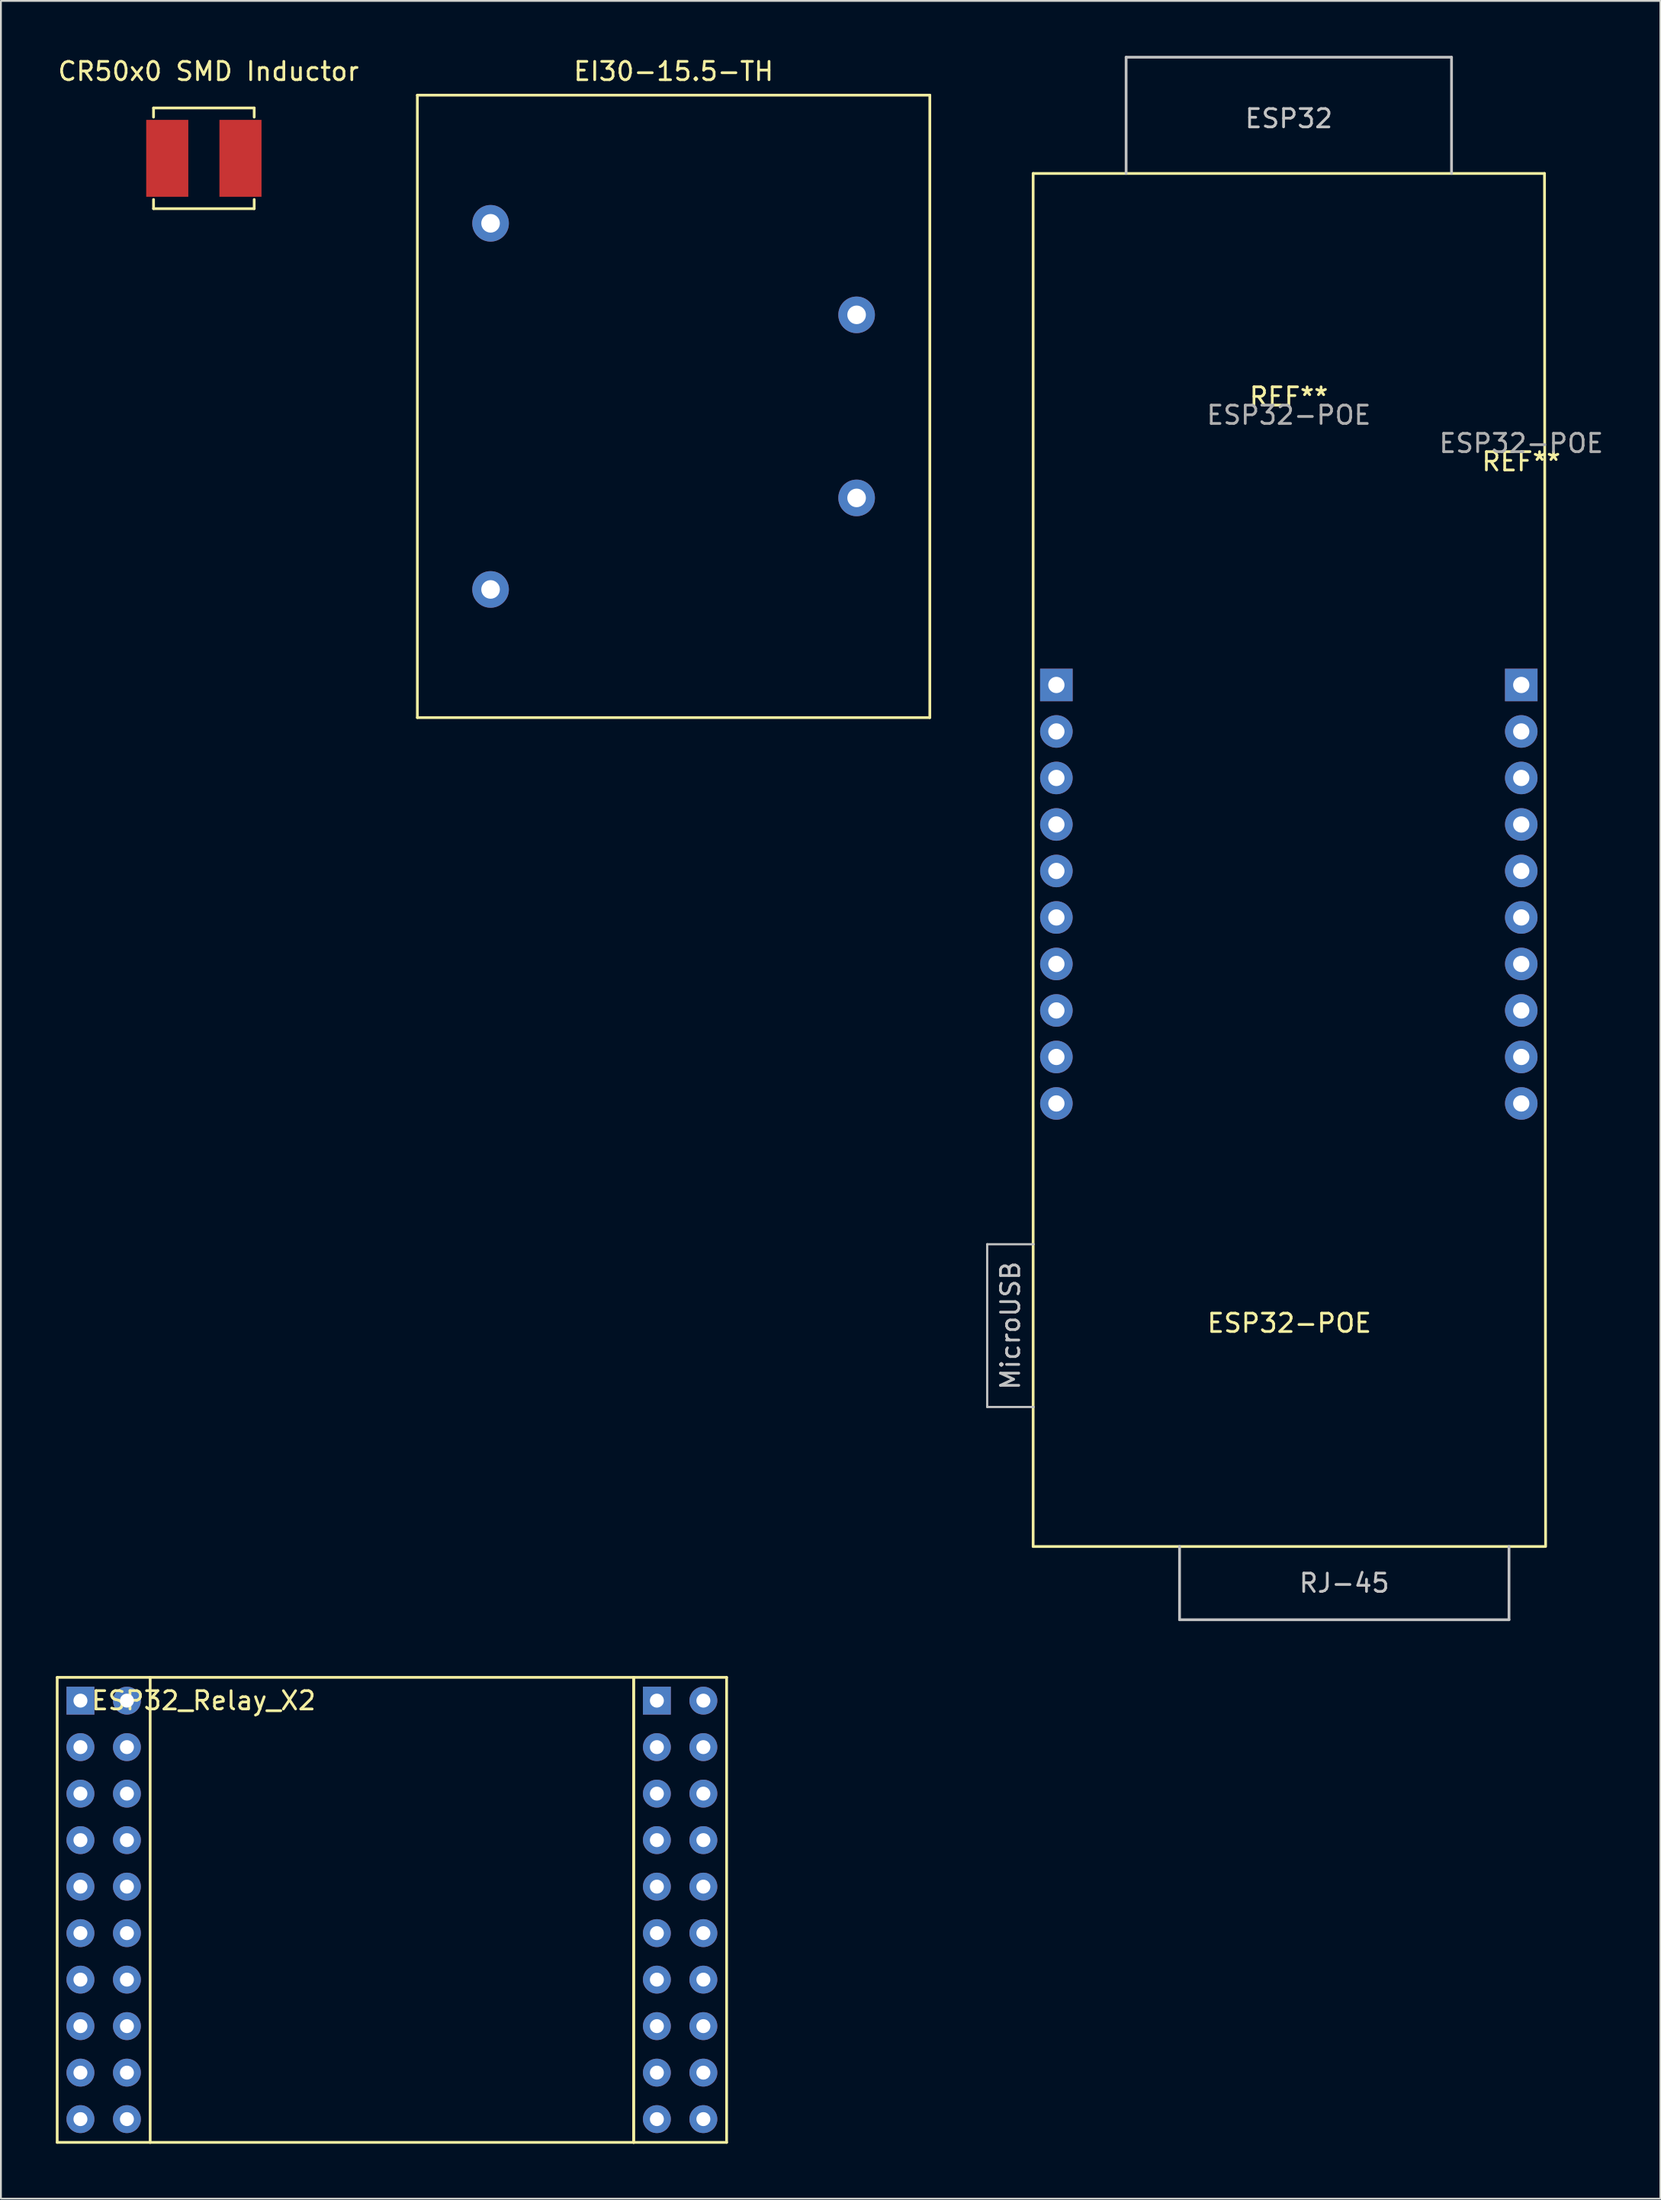
<source format=kicad_pcb>
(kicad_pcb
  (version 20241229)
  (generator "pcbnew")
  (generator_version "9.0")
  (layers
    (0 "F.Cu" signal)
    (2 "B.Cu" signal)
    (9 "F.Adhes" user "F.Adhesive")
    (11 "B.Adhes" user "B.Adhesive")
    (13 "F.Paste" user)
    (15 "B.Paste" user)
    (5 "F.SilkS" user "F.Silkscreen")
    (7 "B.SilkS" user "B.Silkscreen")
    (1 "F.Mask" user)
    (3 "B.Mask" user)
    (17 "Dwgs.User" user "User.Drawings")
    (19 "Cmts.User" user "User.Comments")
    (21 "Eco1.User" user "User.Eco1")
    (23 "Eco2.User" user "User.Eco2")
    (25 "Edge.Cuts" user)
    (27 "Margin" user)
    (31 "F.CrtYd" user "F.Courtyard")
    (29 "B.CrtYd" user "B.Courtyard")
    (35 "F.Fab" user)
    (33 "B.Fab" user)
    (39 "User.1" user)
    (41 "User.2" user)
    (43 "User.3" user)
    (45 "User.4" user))
  (footprint "EI30-15.5-TH"
    (layer "F.Cu")
    (at 33.754 19.148)
    (property "Reference" "EI30-15.5-TH" (at 0 -18.3 0) (layer "F.SilkS") (effects (font (size 1 1) (thickness 0.15))))
    (attr through_hole)
    (fp_line (start -14 -17) (end 14 -17) (stroke (width 0.15) (type solid)) (layer "F.SilkS"))
    (fp_line (start -14 17) (end -14 -17) (stroke (width 0.15) (type solid)) (layer "F.SilkS"))
    (fp_line (start 14 -17) (end 14 17) (stroke (width 0.15) (type solid)) (layer "F.SilkS"))
    (fp_line (start 14 17) (end -14 17) (stroke (width 0.15) (type solid)) (layer "F.SilkS"))
    (pad "1" thru_hole circle (at -10 -10) (size 2 2) (drill 1.016) (layers "*.Cu" "*.Mask"))
    (pad "5" thru_hole circle (at -10 10) (size 2 2) (drill 1.016) (layers "*.Cu" "*.Mask"))
    (pad "7" thru_hole circle (at 10 5) (size 2 2) (drill 1.016) (layers "*.Cu" "*.Mask"))
    (pad "9" thru_hole circle (at 10 -5) (size 2 2) (drill 1.016) (layers "*.Cu" "*.Mask")))
  (footprint "ESP32_Relay_X2"
    (layer "F.Cu")
    (at 35.381 100.005)
    (property "Reference" "ESP32_Relay_X2" (at -27.305 -10.16 0) (unlocked yes) (layer "F.SilkS") (effects (font (size 1 1) (thickness 0.15))))
    (attr through_hole)
    (fp_line (start -35.306 -11.43) (end -35.306 13.97) (stroke (width 0.15) (type default)) (layer "F.SilkS"))
    (fp_line (start -35.306 13.97) (end -30.226 13.97) (stroke (width 0.15) (type default)) (layer "F.SilkS"))
    (fp_line (start -30.226 -11.43) (end -35.306 -11.43) (stroke (width 0.15) (type default)) (layer "F.SilkS"))
    (fp_line (start -30.226 -11.43) (end -3.81 -11.43) (stroke (width 0.15) (type default)) (layer "F.SilkS"))
    (fp_line (start -30.226 13.97) (end -30.226 -11.43) (stroke (width 0.15) (type default)) (layer "F.SilkS"))
    (fp_line (start -3.81 -11.43) (end -3.81 13.97) (stroke (width 0.15) (type default)) (layer "F.SilkS"))
    (fp_line (start -3.81 -11.43) (end -3.81 13.97) (stroke (width 0.15) (type default)) (layer "F.SilkS"))
    (fp_line (start -3.81 13.97) (end -30.226 13.97) (stroke (width 0.15) (type default)) (layer "F.SilkS"))
    (fp_line (start -3.81 13.97) (end 1.27 13.97) (stroke (width 0.15) (type default)) (layer "F.SilkS"))
    (fp_line (start 1.27 -11.43) (end -3.81 -11.43) (stroke (width 0.15) (type default)) (layer "F.SilkS"))
    (fp_line (start 1.27 13.97) (end 1.27 -11.43) (stroke (width 0.15) (type default)) (layer "F.SilkS"))
    (pad "1" thru_hole rect (at -34.036 -10.16) (size 1.524 1.524) (drill 0.762) (layers "*.Cu" "*.Mask"))
    (pad "2" thru_hole circle (at -34.036 -7.62) (size 1.524 1.524) (drill 0.762) (layers "*.Cu" "*.Mask"))
    (pad "3" thru_hole circle (at -34.036 -5.08) (size 1.524 1.524) (drill 0.762) (layers "*.Cu" "*.Mask"))
    (pad "4" thru_hole circle (at -34.036 -2.54) (size 1.524 1.524) (drill 0.762) (layers "*.Cu" "*.Mask"))
    (pad "5" thru_hole circle (at -34.036 0) (size 1.524 1.524) (drill 0.762) (layers "*.Cu" "*.Mask"))
    (pad "6" thru_hole circle (at -34.036 2.54) (size 1.524 1.524) (drill 0.762) (layers "*.Cu" "*.Mask"))
    (pad "7" thru_hole circle (at -34.036 5.08) (size 1.524 1.524) (drill 0.762) (layers "*.Cu" "*.Mask"))
    (pad "8" thru_hole circle (at -34.036 7.62) (size 1.524 1.524) (drill 0.762) (layers "*.Cu" "*.Mask"))
    (pad "9" thru_hole circle (at -34.036 10.16) (size 1.524 1.524) (drill 0.762) (layers "*.Cu" "*.Mask"))
    (pad "10" thru_hole circle (at -34.036 12.7) (size 1.524 1.524) (drill 0.762) (layers "*.Cu" "*.Mask"))
    (pad "11" thru_hole circle (at -31.496 -10.16) (size 1.524 1.524) (drill 0.762) (layers "*.Cu" "*.Mask"))
    (pad "12" thru_hole circle (at -31.496 -7.62) (size 1.524 1.524) (drill 0.762) (layers "*.Cu" "*.Mask"))
    (pad "13" thru_hole circle (at -31.496 -5.08) (size 1.524 1.524) (drill 0.762) (layers "*.Cu" "*.Mask"))
    (pad "14" thru_hole circle (at -31.496 -2.54) (size 1.524 1.524) (drill 0.762) (layers "*.Cu" "*.Mask"))
    (pad "15" thru_hole circle (at -31.496 0) (size 1.524 1.524) (drill 0.762) (layers "*.Cu" "*.Mask"))
    (pad "16" thru_hole circle (at -31.496 2.54) (size 1.524 1.524) (drill 0.762) (layers "*.Cu" "*.Mask"))
    (pad "17" thru_hole circle (at -31.496 5.08) (size 1.524 1.524) (drill 0.762) (layers "*.Cu" "*.Mask"))
    (pad "18" thru_hole circle (at -31.496 7.62) (size 1.524 1.524) (drill 0.762) (layers "*.Cu" "*.Mask"))
    (pad "19" thru_hole circle (at -31.496 10.16) (size 1.524 1.524) (drill 0.762) (layers "*.Cu" "*.Mask"))
    (pad "20" thru_hole circle (at -31.496 12.7) (size 1.524 1.524) (drill 0.762) (layers "*.Cu" "*.Mask"))
    (pad "21" thru_hole rect (at -2.54 -10.16) (size 1.524 1.524) (drill 0.762) (layers "*.Cu" "*.Mask"))
    (pad "22" thru_hole circle (at -2.54 -7.62) (size 1.524 1.524) (drill 0.762) (layers "*.Cu" "*.Mask"))
    (pad "23" thru_hole circle (at -2.54 -5.08) (size 1.524 1.524) (drill 0.762) (layers "*.Cu" "*.Mask"))
    (pad "24" thru_hole circle (at -2.54 -2.54) (size 1.524 1.524) (drill 0.762) (layers "*.Cu" "*.Mask"))
    (pad "25" thru_hole circle (at -2.54 0) (size 1.524 1.524) (drill 0.762) (layers "*.Cu" "*.Mask"))
    (pad "26" thru_hole circle (at -2.54 2.54) (size 1.524 1.524) (drill 0.762) (layers "*.Cu" "*.Mask"))
    (pad "27" thru_hole circle (at -2.54 5.08) (size 1.524 1.524) (drill 0.762) (layers "*.Cu" "*.Mask"))
    (pad "28" thru_hole circle (at -2.54 7.62) (size 1.524 1.524) (drill 0.762) (layers "*.Cu" "*.Mask"))
    (pad "29" thru_hole circle (at -2.54 10.16) (size 1.524 1.524) (drill 0.762) (layers "*.Cu" "*.Mask"))
    (pad "30" thru_hole circle (at -2.54 12.7) (size 1.524 1.524) (drill 0.762) (layers "*.Cu" "*.Mask"))
    (pad "31" thru_hole circle (at 0 -10.16) (size 1.524 1.524) (drill 0.762) (layers "*.Cu" "*.Mask"))
    (pad "32" thru_hole circle (at 0 -7.62) (size 1.524 1.524) (drill 0.762) (layers "*.Cu" "*.Mask"))
    (pad "33" thru_hole circle (at 0 -5.08) (size 1.524 1.524) (drill 0.762) (layers "*.Cu" "*.Mask"))
    (pad "34" thru_hole circle (at 0 -2.54) (size 1.524 1.524) (drill 0.762) (layers "*.Cu" "*.Mask"))
    (pad "35" thru_hole circle (at 0 0) (size 1.524 1.524) (drill 0.762) (layers "*.Cu" "*.Mask"))
    (pad "36" thru_hole circle (at 0 2.54) (size 1.524 1.524) (drill 0.762) (layers "*.Cu" "*.Mask"))
    (pad "37" thru_hole circle (at 0 5.08) (size 1.524 1.524) (drill 0.762) (layers "*.Cu" "*.Mask"))
    (pad "38" thru_hole circle (at 0 7.62) (size 1.524 1.524) (drill 0.762) (layers "*.Cu" "*.Mask"))
    (pad "39" thru_hole circle (at 0 10.16) (size 1.524 1.524) (drill 0.762) (layers "*.Cu" "*.Mask"))
    (pad "40" thru_hole circle (at 0 12.7) (size 1.524 1.524) (drill 0.762) (layers "*.Cu" "*.Mask")))
  (footprint "ESP32-POE"
    (layer "F.Cu")
    (at 67.399 81.425)
    (property "Reference" "ESP32-POE" (at 0 -12.2 0) (layer "F.SilkS") (effects (font (size 1 1) (thickness 0.15))))
    (attr through_hole)
    (fp_line (start -14 -75) (end -14 0) (stroke (width 0.15) (type solid)) (layer "F.SilkS"))
    (fp_line (start -14 0) (end 13.94 0) (stroke (width 0.15) (type solid)) (layer "F.SilkS"))
    (fp_line (start 13.94 -75) (end -14 -75) (stroke (width 0.15) (type solid)) (layer "F.SilkS"))
    (fp_line (start 14 0) (end 13.94 -75) (stroke (width 0.15) (type solid)) (layer "F.SilkS"))
    (fp_line (start -16.51 -16.51) (end -13.97 -16.51) (stroke (width 0.12) (type solid)) (layer "Dwgs.User"))
    (fp_line (start -16.51 -7.62) (end -16.51 -16.51) (stroke (width 0.12) (type solid)) (layer "Dwgs.User"))
    (fp_line (start -13.97 -7.62) (end -16.51 -7.62) (stroke (width 0.12) (type solid)) (layer "Dwgs.User"))
    (fp_line (start -8.92 -81.35) (end 8.86 -81.35) (stroke (width 0.15) (type solid)) (layer "Dwgs.User"))
    (fp_line (start -8.92 -75) (end -8.92 -81.35) (stroke (width 0.15) (type solid)) (layer "Dwgs.User"))
    (fp_line (start -6 0) (end -6 4) (stroke (width 0.15) (type solid)) (layer "Dwgs.User"))
    (fp_line (start -6 4) (end 12 4) (stroke (width 0.15) (type solid)) (layer "Dwgs.User"))
    (fp_line (start 8.86 -81.35) (end 8.86 -75) (stroke (width 0.15) (type solid)) (layer "Dwgs.User"))
    (fp_line (start 12 4) (end 12 0) (stroke (width 0.15) (type solid)) (layer "Dwgs.User"))
    (fp_text user "REF**" (at 12.67 -59.26 0) (layer "F.SilkS") (effects (font (size 1 1) (thickness 0.15))))
    (fp_text user "REF**" (at -0.03 -62.8 180) (layer "F.SilkS") (effects (font (size 1 1) (thickness 0.15))))
    (fp_text user "RJ-45" (at 3 2 0) (layer "Dwgs.User") (effects (font (size 1 1) (thickness 0.15))))
    (fp_text user "ESP32" (at -0.03 -78 0) (layer "Dwgs.User") (effects (font (size 1 1) (thickness 0.15))))
    (fp_text user "MicroUSB" (at -15.24 -12.065 90) (layer "Dwgs.User") (effects (font (size 1 1) (thickness 0.15))))
    (fp_text user "ESP32-POE" (at -0.03 -61.8 180) (layer "F.Fab") (effects (font (size 1 1) (thickness 0.15))))
    (fp_text user "ESP32-POE" (at 12.67 -60.26 0) (layer "F.Fab") (effects (font (size 1 1) (thickness 0.15))))
    (pad "1" thru_hole rect (at -12.73 -47.06 180) (size 1.778 1.778) (drill 0.889) (layers "*.Cu" "*.Mask"))
    (pad "2" thru_hole circle (at -12.73 -44.52 180) (size 1.778 1.778) (drill 0.889) (layers "*.Cu" "*.Mask"))
    (pad "3" thru_hole circle (at -12.73 -41.98 180) (size 1.778 1.778) (drill 0.889) (layers "*.Cu" "*.Mask"))
    (pad "4" thru_hole circle (at -12.73 -39.44 180) (size 1.778 1.778) (drill 0.889) (layers "*.Cu" "*.Mask"))
    (pad "5" thru_hole circle (at -12.73 -36.9 180) (size 1.778 1.778) (drill 0.889) (layers "*.Cu" "*.Mask"))
    (pad "6" thru_hole circle (at -12.73 -34.36 180) (size 1.778 1.778) (drill 0.889) (layers "*.Cu" "*.Mask"))
    (pad "7" thru_hole circle (at -12.73 -31.82 180) (size 1.778 1.778) (drill 0.889) (layers "*.Cu" "*.Mask"))
    (pad "8" thru_hole circle (at -12.73 -29.28 180) (size 1.778 1.778) (drill 0.889) (layers "*.Cu" "*.Mask"))
    (pad "9" thru_hole circle (at -12.73 -26.74 180) (size 1.778 1.778) (drill 0.889) (layers "*.Cu" "*.Mask"))
    (pad "10" thru_hole circle (at -12.73 -24.2 180) (size 1.778 1.778) (drill 0.889) (layers "*.Cu" "*.Mask"))
    (pad "11" thru_hole rect (at 12.67 -47.06 180) (size 1.778 1.778) (drill 0.889) (layers "*.Cu" "*.Mask"))
    (pad "12" thru_hole circle (at 12.67 -44.52 180) (size 1.778 1.778) (drill 0.889) (layers "*.Cu" "*.Mask"))
    (pad "13" thru_hole circle (at 12.67 -41.98 180) (size 1.778 1.778) (drill 0.889) (layers "*.Cu" "*.Mask"))
    (pad "14" thru_hole circle (at 12.67 -39.44 180) (size 1.778 1.778) (drill 0.889) (layers "*.Cu" "*.Mask"))
    (pad "15" thru_hole circle (at 12.67 -36.9 180) (size 1.778 1.778) (drill 0.889) (layers "*.Cu" "*.Mask"))
    (pad "16" thru_hole circle (at 12.67 -34.36 180) (size 1.778 1.778) (drill 0.889) (layers "*.Cu" "*.Mask"))
    (pad "17" thru_hole circle (at 12.67 -31.82 180) (size 1.778 1.778) (drill 0.889) (layers "*.Cu" "*.Mask"))
    (pad "18" thru_hole circle (at 12.67 -29.28 180) (size 1.778 1.778) (drill 0.889) (layers "*.Cu" "*.Mask"))
    (pad "19" thru_hole circle (at 12.67 -26.74 180) (size 1.778 1.778) (drill 0.889) (layers "*.Cu" "*.Mask"))
    (pad "20" thru_hole circle (at 12.67 -24.2 180) (size 1.778 1.778) (drill 0.889) (layers "*.Cu" "*.Mask")))
  (footprint "CR50x0 SMD Inductor"
    (layer "F.Cu")
    (at 8.089 5.598)
    (property "Reference" "CR50x0 SMD Inductor" (at 0.25 -4.75 0) (layer "F.SilkS") (effects (font (size 1 1) (thickness 0.15))))
    (attr through_hole)
    (fp_line (start -2.75 -2.75) (end -2.75 -2.25) (stroke (width 0.15) (type solid)) (layer "F.SilkS"))
    (fp_line (start -2.75 -2.75) (end 2.75 -2.75) (stroke (width 0.15) (type solid)) (layer "F.SilkS"))
    (fp_line (start -2.75 2.25) (end -2.75 2.75) (stroke (width 0.15) (type solid)) (layer "F.SilkS"))
    (fp_line (start -2.75 2.75) (end 2.75 2.75) (stroke (width 0.15) (type solid)) (layer "F.SilkS"))
    (fp_line (start 2.75 -2.75) (end 2.75 -2.25) (stroke (width 0.15) (type solid)) (layer "F.SilkS"))
    (fp_line (start 2.75 2.75) (end 2.75 2.25) (stroke (width 0.15) (type solid)) (layer "F.SilkS"))
    (pad "1" smd rect (at -2 0) (size 2.3 4.2) (layers "F.Cu" "F.Mask" "F.Paste"))
    (pad "2" smd rect (at 2 0) (size 2.3 4.2) (layers "F.Cu" "F.Mask" "F.Paste")))
  (gr_rect
    (start -3 -3)
    (end 87.67 117.05)
    (stroke (width 0.1) (type default))
    (fill no)
    (layer "Edge.Cuts")))
</source>
